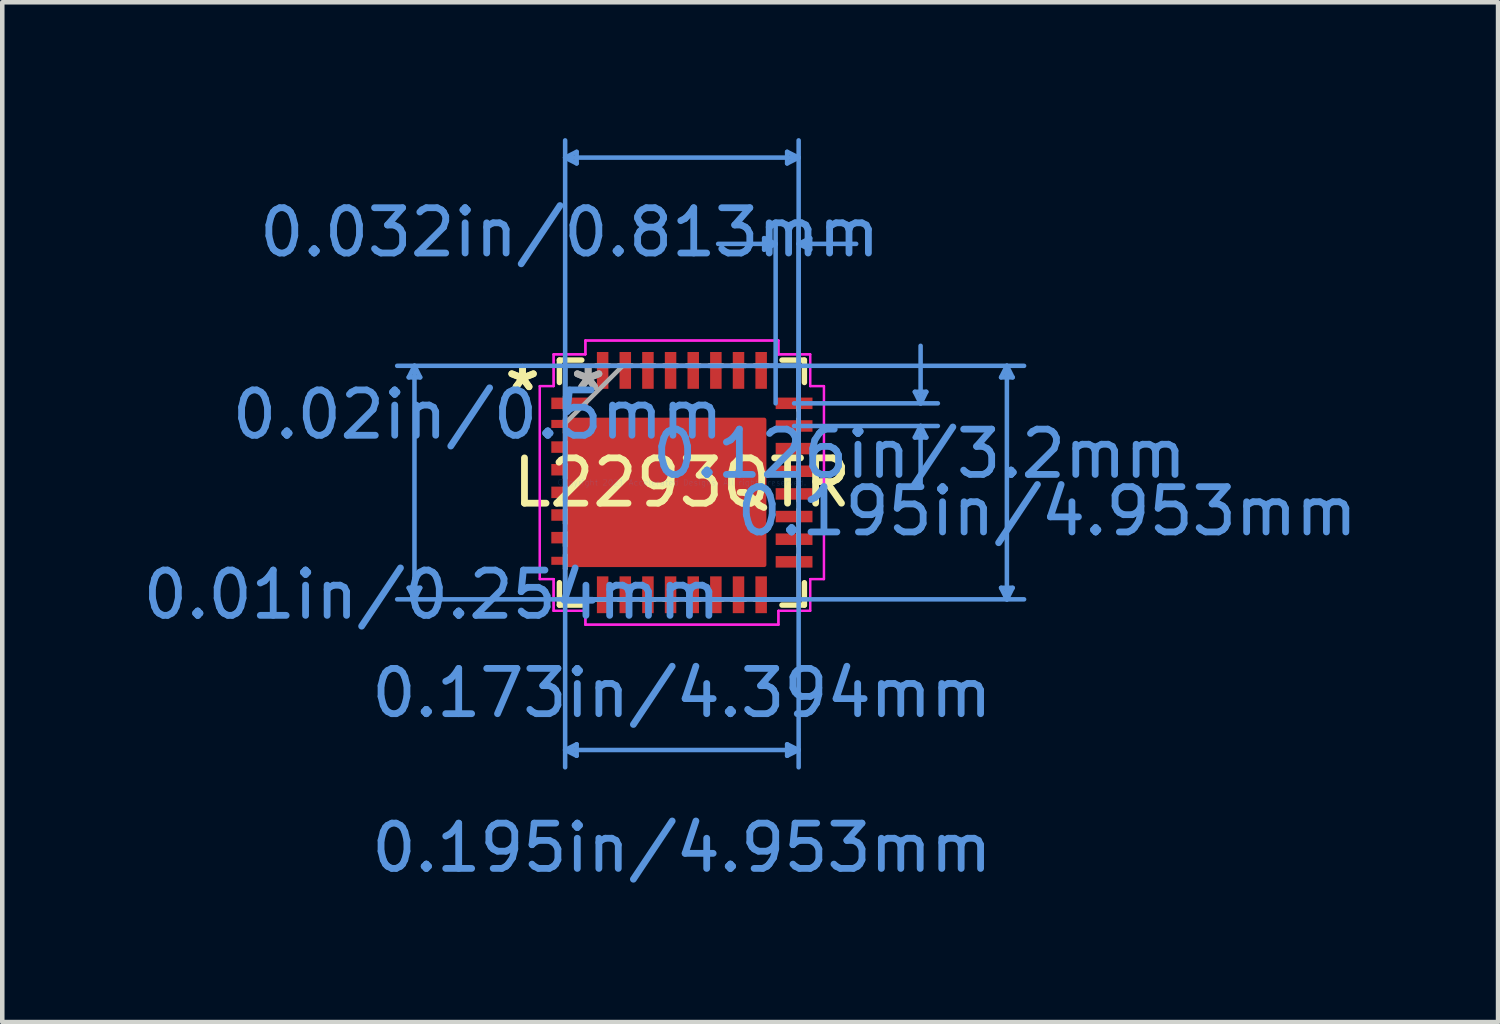
<source format=kicad_pcb>
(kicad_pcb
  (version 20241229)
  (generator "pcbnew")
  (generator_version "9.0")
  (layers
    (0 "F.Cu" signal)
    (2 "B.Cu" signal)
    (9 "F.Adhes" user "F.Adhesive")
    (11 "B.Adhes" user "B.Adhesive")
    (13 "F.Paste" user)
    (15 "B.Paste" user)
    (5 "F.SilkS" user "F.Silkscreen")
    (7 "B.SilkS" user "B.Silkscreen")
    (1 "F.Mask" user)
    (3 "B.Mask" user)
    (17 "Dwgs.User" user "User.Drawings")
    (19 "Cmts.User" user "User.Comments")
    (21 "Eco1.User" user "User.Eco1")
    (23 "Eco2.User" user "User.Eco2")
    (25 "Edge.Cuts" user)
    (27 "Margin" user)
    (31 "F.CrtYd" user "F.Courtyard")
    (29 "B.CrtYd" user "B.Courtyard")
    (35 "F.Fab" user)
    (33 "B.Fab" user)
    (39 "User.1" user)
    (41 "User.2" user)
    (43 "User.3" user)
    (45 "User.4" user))
  (footprint "L2293QTR"
    (layer "F.Cu")
    (at 12.007 7.606)
    (property "Reference" "L2293QTR" (at 0 0 0) (layer "F.SilkS") (effects (font (size 1 1) (thickness 0.15))))
    (attr through_hole)
    (fp_poly (pts (xy 1.816 -1.384) (xy 1.816 1.816) (xy -2.578 1.816) (xy -2.578 -1.384)) (stroke (width 0.1) (type solid)) (fill yes) (layer "F.Cu"))
    (fp_poly (pts (xy 1.816 -1.384) (xy 1.816 1.816) (xy -2.578 1.816) (xy -2.578 -1.384)) (stroke (width 0.1) (type solid)) (fill yes) (layer "F.Mask"))
    (fp_line (start -2.705 -2.705) (end -2.705 -2.21) (stroke (width 0.12) (type solid)) (layer "F.SilkS"))
    (fp_line (start -2.705 2.21) (end -2.705 2.705) (stroke (width 0.12) (type solid)) (layer "F.SilkS"))
    (fp_line (start -2.705 2.705) (end -2.21 2.705) (stroke (width 0.12) (type solid)) (layer "F.SilkS"))
    (fp_line (start -2.21 -2.705) (end -2.705 -2.705) (stroke (width 0.12) (type solid)) (layer "F.SilkS"))
    (fp_line (start 2.21 2.705) (end 2.705 2.705) (stroke (width 0.12) (type solid)) (layer "F.SilkS"))
    (fp_line (start 2.705 -2.705) (end 2.21 -2.705) (stroke (width 0.12) (type solid)) (layer "F.SilkS"))
    (fp_line (start 2.705 -2.21) (end 2.705 -2.705) (stroke (width 0.12) (type solid)) (layer "F.SilkS"))
    (fp_line (start 2.705 2.705) (end 2.705 2.21) (stroke (width 0.12) (type solid)) (layer "F.SilkS"))
    (fp_poly (pts (xy 1.816 -1.384) (xy 1.816 1.816) (xy -2.578 1.816) (xy -2.578 -1.384)) (stroke (width 0.1) (type solid)) (fill yes) (layer "F.Paste"))
    (fp_line (start -6.032 -2.324) (end -5.779 -2.324) (stroke (width 0.1) (type solid)) (layer "Cmts.User"))
    (fp_line (start -6.032 2.324) (end -5.779 2.324) (stroke (width 0.1) (type solid)) (layer "Cmts.User"))
    (fp_line (start -5.905 -2.578) (end -6.032 -2.324) (stroke (width 0.1) (type solid)) (layer "Cmts.User"))
    (fp_line (start -5.905 -2.578) (end -5.905 2.578) (stroke (width 0.1) (type solid)) (layer "Cmts.User"))
    (fp_line (start -5.905 -2.578) (end -5.779 -2.324) (stroke (width 0.1) (type solid)) (layer "Cmts.User"))
    (fp_line (start -5.905 2.578) (end -6.032 2.324) (stroke (width 0.1) (type solid)) (layer "Cmts.User"))
    (fp_line (start -5.905 2.578) (end -5.779 2.324) (stroke (width 0.1) (type solid)) (layer "Cmts.User"))
    (fp_line (start -2.578 -7.176) (end -2.324 -7.303) (stroke (width 0.1) (type solid)) (layer "Cmts.User"))
    (fp_line (start -2.578 -7.176) (end -2.324 -7.048) (stroke (width 0.1) (type solid)) (layer "Cmts.User"))
    (fp_line (start -2.578 -7.176) (end 2.578 -7.176) (stroke (width 0.1) (type solid)) (layer "Cmts.User"))
    (fp_line (start -2.578 -2.578) (end -2.578 6.287) (stroke (width 0.1) (type solid)) (layer "Cmts.User"))
    (fp_line (start -2.578 -1.75) (end -2.578 -7.556) (stroke (width 0.1) (type solid)) (layer "Cmts.User"))
    (fp_line (start -2.578 5.905) (end -2.324 5.779) (stroke (width 0.1) (type solid)) (layer "Cmts.User"))
    (fp_line (start -2.578 5.905) (end -2.324 6.032) (stroke (width 0.1) (type solid)) (layer "Cmts.User"))
    (fp_line (start -2.578 5.905) (end 2.578 5.905) (stroke (width 0.1) (type solid)) (layer "Cmts.User"))
    (fp_line (start -2.324 -7.303) (end -2.324 -7.048) (stroke (width 0.1) (type solid)) (layer "Cmts.User"))
    (fp_line (start -2.324 5.779) (end -2.324 6.032) (stroke (width 0.1) (type solid)) (layer "Cmts.User"))
    (fp_line (start 1.75 -2.578) (end 7.556 -2.578) (stroke (width 0.1) (type solid)) (layer "Cmts.User"))
    (fp_line (start 1.75 2.578) (end 7.556 2.578) (stroke (width 0.1) (type solid)) (layer "Cmts.User"))
    (fp_line (start 1.816 -5.397) (end 1.816 -5.144) (stroke (width 0.1) (type solid)) (layer "Cmts.User"))
    (fp_line (start 2.07 -5.271) (end 0.8 -5.271) (stroke (width 0.1) (type solid)) (layer "Cmts.User"))
    (fp_line (start 2.07 -5.271) (end 1.816 -5.397) (stroke (width 0.1) (type solid)) (layer "Cmts.User"))
    (fp_line (start 2.07 -5.271) (end 1.816 -5.144) (stroke (width 0.1) (type solid)) (layer "Cmts.User"))
    (fp_line (start 2.07 -1.75) (end 2.07 -5.652) (stroke (width 0.1) (type solid)) (layer "Cmts.User"))
    (fp_line (start 2.324 -7.303) (end 2.324 -7.048) (stroke (width 0.1) (type solid)) (layer "Cmts.User"))
    (fp_line (start 2.324 5.779) (end 2.324 6.032) (stroke (width 0.1) (type solid)) (layer "Cmts.User"))
    (fp_line (start 2.477 -1.75) (end 5.652 -1.75) (stroke (width 0.1) (type solid)) (layer "Cmts.User"))
    (fp_line (start 2.477 -1.25) (end 5.652 -1.25) (stroke (width 0.1) (type solid)) (layer "Cmts.User"))
    (fp_line (start 2.578 -7.176) (end 2.324 -7.303) (stroke (width 0.1) (type solid)) (layer "Cmts.User"))
    (fp_line (start 2.578 -7.176) (end 2.324 -7.048) (stroke (width 0.1) (type solid)) (layer "Cmts.User"))
    (fp_line (start 2.578 -5.271) (end 2.832 -5.397) (stroke (width 0.1) (type solid)) (layer "Cmts.User"))
    (fp_line (start 2.578 -5.271) (end 2.832 -5.144) (stroke (width 0.1) (type solid)) (layer "Cmts.User"))
    (fp_line (start 2.578 -5.271) (end 3.848 -5.271) (stroke (width 0.1) (type solid)) (layer "Cmts.User"))
    (fp_line (start 2.578 -2.578) (end -6.287 -2.578) (stroke (width 0.1) (type solid)) (layer "Cmts.User"))
    (fp_line (start 2.578 -2.578) (end 2.578 6.287) (stroke (width 0.1) (type solid)) (layer "Cmts.User"))
    (fp_line (start 2.578 -1.75) (end 2.578 -7.556) (stroke (width 0.1) (type solid)) (layer "Cmts.User"))
    (fp_line (start 2.578 -1.75) (end 2.578 -5.652) (stroke (width 0.1) (type solid)) (layer "Cmts.User"))
    (fp_line (start 2.578 2.578) (end -6.287 2.578) (stroke (width 0.1) (type solid)) (layer "Cmts.User"))
    (fp_line (start 2.578 5.905) (end 2.324 5.779) (stroke (width 0.1) (type solid)) (layer "Cmts.User"))
    (fp_line (start 2.578 5.905) (end 2.324 6.032) (stroke (width 0.1) (type solid)) (layer "Cmts.User"))
    (fp_line (start 2.832 -5.397) (end 2.832 -5.144) (stroke (width 0.1) (type solid)) (layer "Cmts.User"))
    (fp_line (start 5.144 -2.004) (end 5.397 -2.004) (stroke (width 0.1) (type solid)) (layer "Cmts.User"))
    (fp_line (start 5.144 -0.996) (end 5.397 -0.996) (stroke (width 0.1) (type solid)) (layer "Cmts.User"))
    (fp_line (start 5.271 -1.75) (end 5.144 -2.004) (stroke (width 0.1) (type solid)) (layer "Cmts.User"))
    (fp_line (start 5.271 -1.75) (end 5.271 -3.02) (stroke (width 0.1) (type solid)) (layer "Cmts.User"))
    (fp_line (start 5.271 -1.75) (end 5.397 -2.004) (stroke (width 0.1) (type solid)) (layer "Cmts.User"))
    (fp_line (start 5.271 -1.25) (end 5.144 -0.996) (stroke (width 0.1) (type solid)) (layer "Cmts.User"))
    (fp_line (start 5.271 -1.25) (end 5.271 0.02) (stroke (width 0.1) (type solid)) (layer "Cmts.User"))
    (fp_line (start 5.271 -1.25) (end 5.397 -0.996) (stroke (width 0.1) (type solid)) (layer "Cmts.User"))
    (fp_line (start 7.048 -2.324) (end 7.303 -2.324) (stroke (width 0.1) (type solid)) (layer "Cmts.User"))
    (fp_line (start 7.048 2.324) (end 7.303 2.324) (stroke (width 0.1) (type solid)) (layer "Cmts.User"))
    (fp_line (start 7.176 -2.578) (end 7.048 -2.324) (stroke (width 0.1) (type solid)) (layer "Cmts.User"))
    (fp_line (start 7.176 -2.578) (end 7.176 2.578) (stroke (width 0.1) (type solid)) (layer "Cmts.User"))
    (fp_line (start 7.176 -2.578) (end 7.303 -2.324) (stroke (width 0.1) (type solid)) (layer "Cmts.User"))
    (fp_line (start 7.176 2.578) (end 7.048 2.324) (stroke (width 0.1) (type solid)) (layer "Cmts.User"))
    (fp_line (start 7.176 2.578) (end 7.303 2.324) (stroke (width 0.1) (type solid)) (layer "Cmts.User"))
    (fp_line (start -3.137 -2.131) (end -2.832 -2.131) (stroke (width 0.05) (type solid)) (layer "F.CrtYd"))
    (fp_line (start -3.137 -2.131) (end -2.832 -2.131) (stroke (width 0.05) (type solid)) (layer "F.CrtYd"))
    (fp_line (start -3.137 2.131) (end -3.137 -2.131) (stroke (width 0.05) (type solid)) (layer "F.CrtYd"))
    (fp_line (start -3.137 2.131) (end -3.137 -2.131) (stroke (width 0.05) (type solid)) (layer "F.CrtYd"))
    (fp_line (start -2.832 -2.832) (end -2.131 -2.832) (stroke (width 0.05) (type solid)) (layer "F.CrtYd"))
    (fp_line (start -2.832 -2.832) (end -2.131 -2.832) (stroke (width 0.05) (type solid)) (layer "F.CrtYd"))
    (fp_line (start -2.832 -2.131) (end -2.832 -2.832) (stroke (width 0.05) (type solid)) (layer "F.CrtYd"))
    (fp_line (start -2.832 -2.131) (end -2.832 -2.832) (stroke (width 0.05) (type solid)) (layer "F.CrtYd"))
    (fp_line (start -2.832 2.131) (end -3.137 2.131) (stroke (width 0.05) (type solid)) (layer "F.CrtYd"))
    (fp_line (start -2.832 2.131) (end -3.137 2.131) (stroke (width 0.05) (type solid)) (layer "F.CrtYd"))
    (fp_line (start -2.832 2.832) (end -2.832 2.131) (stroke (width 0.05) (type solid)) (layer "F.CrtYd"))
    (fp_line (start -2.832 2.832) (end -2.832 2.131) (stroke (width 0.05) (type solid)) (layer "F.CrtYd"))
    (fp_line (start -2.131 -3.137) (end 2.131 -3.137) (stroke (width 0.05) (type solid)) (layer "F.CrtYd"))
    (fp_line (start -2.131 -3.137) (end 2.131 -3.137) (stroke (width 0.05) (type solid)) (layer "F.CrtYd"))
    (fp_line (start -2.131 -2.832) (end -2.131 -3.137) (stroke (width 0.05) (type solid)) (layer "F.CrtYd"))
    (fp_line (start -2.131 -2.832) (end -2.131 -3.137) (stroke (width 0.05) (type solid)) (layer "F.CrtYd"))
    (fp_line (start -2.131 2.832) (end -2.832 2.832) (stroke (width 0.05) (type solid)) (layer "F.CrtYd"))
    (fp_line (start -2.131 2.832) (end -2.832 2.832) (stroke (width 0.05) (type solid)) (layer "F.CrtYd"))
    (fp_line (start -2.131 3.137) (end -2.131 2.832) (stroke (width 0.05) (type solid)) (layer "F.CrtYd"))
    (fp_line (start -2.131 3.137) (end -2.131 2.832) (stroke (width 0.05) (type solid)) (layer "F.CrtYd"))
    (fp_line (start 2.131 -3.137) (end 2.131 -2.832) (stroke (width 0.05) (type solid)) (layer "F.CrtYd"))
    (fp_line (start 2.131 -3.137) (end 2.131 -2.832) (stroke (width 0.05) (type solid)) (layer "F.CrtYd"))
    (fp_line (start 2.131 -2.832) (end 2.832 -2.832) (stroke (width 0.05) (type solid)) (layer "F.CrtYd"))
    (fp_line (start 2.131 -2.832) (end 2.832 -2.832) (stroke (width 0.05) (type solid)) (layer "F.CrtYd"))
    (fp_line (start 2.131 2.832) (end 2.131 3.137) (stroke (width 0.05) (type solid)) (layer "F.CrtYd"))
    (fp_line (start 2.131 2.832) (end 2.131 3.137) (stroke (width 0.05) (type solid)) (layer "F.CrtYd"))
    (fp_line (start 2.131 3.137) (end -2.131 3.137) (stroke (width 0.05) (type solid)) (layer "F.CrtYd"))
    (fp_line (start 2.131 3.137) (end -2.131 3.137) (stroke (width 0.05) (type solid)) (layer "F.CrtYd"))
    (fp_line (start 2.832 -2.832) (end 2.832 -2.131) (stroke (width 0.05) (type solid)) (layer "F.CrtYd"))
    (fp_line (start 2.832 -2.832) (end 2.832 -2.131) (stroke (width 0.05) (type solid)) (layer "F.CrtYd"))
    (fp_line (start 2.832 -2.131) (end 3.137 -2.131) (stroke (width 0.05) (type solid)) (layer "F.CrtYd"))
    (fp_line (start 2.832 -2.131) (end 3.137 -2.131) (stroke (width 0.05) (type solid)) (layer "F.CrtYd"))
    (fp_line (start 2.832 2.131) (end 2.832 2.832) (stroke (width 0.05) (type solid)) (layer "F.CrtYd"))
    (fp_line (start 2.832 2.131) (end 2.832 2.832) (stroke (width 0.05) (type solid)) (layer "F.CrtYd"))
    (fp_line (start 2.832 2.832) (end 2.131 2.832) (stroke (width 0.05) (type solid)) (layer "F.CrtYd"))
    (fp_line (start 2.832 2.832) (end 2.131 2.832) (stroke (width 0.05) (type solid)) (layer "F.CrtYd"))
    (fp_line (start 3.137 -2.131) (end 3.137 2.131) (stroke (width 0.05) (type solid)) (layer "F.CrtYd"))
    (fp_line (start 3.137 -2.131) (end 3.137 2.131) (stroke (width 0.05) (type solid)) (layer "F.CrtYd"))
    (fp_line (start 3.137 2.131) (end 2.832 2.131) (stroke (width 0.05) (type solid)) (layer "F.CrtYd"))
    (fp_line (start 3.137 2.131) (end 2.832 2.131) (stroke (width 0.05) (type solid)) (layer "F.CrtYd"))
    (fp_line (start -2.578 -2.578) (end -2.578 -2.578) (stroke (width 0.1) (type solid)) (layer "F.Fab"))
    (fp_line (start -2.578 -2.578) (end -2.578 2.578) (stroke (width 0.1) (type solid)) (layer "F.Fab"))
    (fp_line (start -2.578 -1.902) (end -2.578 -1.902) (stroke (width 0.1) (type solid)) (layer "F.Fab"))
    (fp_line (start -2.578 -1.902) (end -2.578 -1.598) (stroke (width 0.1) (type solid)) (layer "F.Fab"))
    (fp_line (start -2.578 -1.598) (end -2.578 -1.902) (stroke (width 0.1) (type solid)) (layer "F.Fab"))
    (fp_line (start -2.578 -1.598) (end -2.578 -1.598) (stroke (width 0.1) (type solid)) (layer "F.Fab"))
    (fp_line (start -2.578 -1.402) (end -2.578 -1.402) (stroke (width 0.1) (type solid)) (layer "F.Fab"))
    (fp_line (start -2.578 -1.402) (end -2.578 -1.098) (stroke (width 0.1) (type solid)) (layer "F.Fab"))
    (fp_line (start -2.578 -1.308) (end -1.308 -2.578) (stroke (width 0.1) (type solid)) (layer "F.Fab"))
    (fp_line (start -2.578 -1.098) (end -2.578 -1.402) (stroke (width 0.1) (type solid)) (layer "F.Fab"))
    (fp_line (start -2.578 -1.098) (end -2.578 -1.098) (stroke (width 0.1) (type solid)) (layer "F.Fab"))
    (fp_line (start -2.578 -0.902) (end -2.578 -0.902) (stroke (width 0.1) (type solid)) (layer "F.Fab"))
    (fp_line (start -2.578 -0.902) (end -2.578 -0.598) (stroke (width 0.1) (type solid)) (layer "F.Fab"))
    (fp_line (start -2.578 -0.598) (end -2.578 -0.902) (stroke (width 0.1) (type solid)) (layer "F.Fab"))
    (fp_line (start -2.578 -0.598) (end -2.578 -0.598) (stroke (width 0.1) (type solid)) (layer "F.Fab"))
    (fp_line (start -2.578 -0.402) (end -2.578 -0.402) (stroke (width 0.1) (type solid)) (layer "F.Fab"))
    (fp_line (start -2.578 -0.402) (end -2.578 -0.098) (stroke (width 0.1) (type solid)) (layer "F.Fab"))
    (fp_line (start -2.578 -0.098) (end -2.578 -0.402) (stroke (width 0.1) (type solid)) (layer "F.Fab"))
    (fp_line (start -2.578 -0.098) (end -2.578 -0.098) (stroke (width 0.1) (type solid)) (layer "F.Fab"))
    (fp_line (start -2.578 0.098) (end -2.578 0.098) (stroke (width 0.1) (type solid)) (layer "F.Fab"))
    (fp_line (start -2.578 0.098) (end -2.578 0.402) (stroke (width 0.1) (type solid)) (layer "F.Fab"))
    (fp_line (start -2.578 0.402) (end -2.578 0.098) (stroke (width 0.1) (type solid)) (layer "F.Fab"))
    (fp_line (start -2.578 0.402) (end -2.578 0.402) (stroke (width 0.1) (type solid)) (layer "F.Fab"))
    (fp_line (start -2.578 0.598) (end -2.578 0.598) (stroke (width 0.1) (type solid)) (layer "F.Fab"))
    (fp_line (start -2.578 0.598) (end -2.578 0.902) (stroke (width 0.1) (type solid)) (layer "F.Fab"))
    (fp_line (start -2.578 0.902) (end -2.578 0.598) (stroke (width 0.1) (type solid)) (layer "F.Fab"))
    (fp_line (start -2.578 0.902) (end -2.578 0.902) (stroke (width 0.1) (type solid)) (layer "F.Fab"))
    (fp_line (start -2.578 1.098) (end -2.578 1.098) (stroke (width 0.1) (type solid)) (layer "F.Fab"))
    (fp_line (start -2.578 1.098) (end -2.578 1.402) (stroke (width 0.1) (type solid)) (layer "F.Fab"))
    (fp_line (start -2.578 1.402) (end -2.578 1.098) (stroke (width 0.1) (type solid)) (layer "F.Fab"))
    (fp_line (start -2.578 1.402) (end -2.578 1.402) (stroke (width 0.1) (type solid)) (layer "F.Fab"))
    (fp_line (start -2.578 1.598) (end -2.578 1.598) (stroke (width 0.1) (type solid)) (layer "F.Fab"))
    (fp_line (start -2.578 1.598) (end -2.578 1.902) (stroke (width 0.1) (type solid)) (layer "F.Fab"))
    (fp_line (start -2.578 1.902) (end -2.578 1.598) (stroke (width 0.1) (type solid)) (layer "F.Fab"))
    (fp_line (start -2.578 1.902) (end -2.578 1.902) (stroke (width 0.1) (type solid)) (layer "F.Fab"))
    (fp_line (start -2.578 2.578) (end -2.578 2.578) (stroke (width 0.1) (type solid)) (layer "F.Fab"))
    (fp_line (start -2.578 2.578) (end 2.578 2.578) (stroke (width 0.1) (type solid)) (layer "F.Fab"))
    (fp_line (start -1.902 -2.578) (end -1.902 -2.578) (stroke (width 0.1) (type solid)) (layer "F.Fab"))
    (fp_line (start -1.902 -2.578) (end -1.598 -2.578) (stroke (width 0.1) (type solid)) (layer "F.Fab"))
    (fp_line (start -1.902 2.578) (end -1.902 2.578) (stroke (width 0.1) (type solid)) (layer "F.Fab"))
    (fp_line (start -1.902 2.578) (end -1.598 2.578) (stroke (width 0.1) (type solid)) (layer "F.Fab"))
    (fp_line (start -1.598 -2.578) (end -1.902 -2.578) (stroke (width 0.1) (type solid)) (layer "F.Fab"))
    (fp_line (start -1.598 -2.578) (end -1.598 -2.578) (stroke (width 0.1) (type solid)) (layer "F.Fab"))
    (fp_line (start -1.598 2.578) (end -1.902 2.578) (stroke (width 0.1) (type solid)) (layer "F.Fab"))
    (fp_line (start -1.598 2.578) (end -1.598 2.578) (stroke (width 0.1) (type solid)) (layer "F.Fab"))
    (fp_line (start -1.402 -2.578) (end -1.402 -2.578) (stroke (width 0.1) (type solid)) (layer "F.Fab"))
    (fp_line (start -1.402 -2.578) (end -1.098 -2.578) (stroke (width 0.1) (type solid)) (layer "F.Fab"))
    (fp_line (start -1.402 2.578) (end -1.402 2.578) (stroke (width 0.1) (type solid)) (layer "F.Fab"))
    (fp_line (start -1.402 2.578) (end -1.098 2.578) (stroke (width 0.1) (type solid)) (layer "F.Fab"))
    (fp_line (start -1.098 -2.578) (end -1.402 -2.578) (stroke (width 0.1) (type solid)) (layer "F.Fab"))
    (fp_line (start -1.098 -2.578) (end -1.098 -2.578) (stroke (width 0.1) (type solid)) (layer "F.Fab"))
    (fp_line (start -1.098 2.578) (end -1.402 2.578) (stroke (width 0.1) (type solid)) (layer "F.Fab"))
    (fp_line (start -1.098 2.578) (end -1.098 2.578) (stroke (width 0.1) (type solid)) (layer "F.Fab"))
    (fp_line (start -0.902 -2.578) (end -0.902 -2.578) (stroke (width 0.1) (type solid)) (layer "F.Fab"))
    (fp_line (start -0.902 -2.578) (end -0.598 -2.578) (stroke (width 0.1) (type solid)) (layer "F.Fab"))
    (fp_line (start -0.902 2.578) (end -0.902 2.578) (stroke (width 0.1) (type solid)) (layer "F.Fab"))
    (fp_line (start -0.902 2.578) (end -0.598 2.578) (stroke (width 0.1) (type solid)) (layer "F.Fab"))
    (fp_line (start -0.598 -2.578) (end -0.902 -2.578) (stroke (width 0.1) (type solid)) (layer "F.Fab"))
    (fp_line (start -0.598 -2.578) (end -0.598 -2.578) (stroke (width 0.1) (type solid)) (layer "F.Fab"))
    (fp_line (start -0.598 2.578) (end -0.902 2.578) (stroke (width 0.1) (type solid)) (layer "F.Fab"))
    (fp_line (start -0.598 2.578) (end -0.598 2.578) (stroke (width 0.1) (type solid)) (layer "F.Fab"))
    (fp_line (start -0.402 -2.578) (end -0.402 -2.578) (stroke (width 0.1) (type solid)) (layer "F.Fab"))
    (fp_line (start -0.402 -2.578) (end -0.098 -2.578) (stroke (width 0.1) (type solid)) (layer "F.Fab"))
    (fp_line (start -0.402 2.578) (end -0.402 2.578) (stroke (width 0.1) (type solid)) (layer "F.Fab"))
    (fp_line (start -0.402 2.578) (end -0.098 2.578) (stroke (width 0.1) (type solid)) (layer "F.Fab"))
    (fp_line (start -0.098 -2.578) (end -0.402 -2.578) (stroke (width 0.1) (type solid)) (layer "F.Fab"))
    (fp_line (start -0.098 -2.578) (end -0.098 -2.578) (stroke (width 0.1) (type solid)) (layer "F.Fab"))
    (fp_line (start -0.098 2.578) (end -0.402 2.578) (stroke (width 0.1) (type solid)) (layer "F.Fab"))
    (fp_line (start -0.098 2.578) (end -0.098 2.578) (stroke (width 0.1) (type solid)) (layer "F.Fab"))
    (fp_line (start 0.098 -2.578) (end 0.098 -2.578) (stroke (width 0.1) (type solid)) (layer "F.Fab"))
    (fp_line (start 0.098 -2.578) (end 0.402 -2.578) (stroke (width 0.1) (type solid)) (layer "F.Fab"))
    (fp_line (start 0.098 2.578) (end 0.098 2.578) (stroke (width 0.1) (type solid)) (layer "F.Fab"))
    (fp_line (start 0.098 2.578) (end 0.402 2.578) (stroke (width 0.1) (type solid)) (layer "F.Fab"))
    (fp_line (start 0.402 -2.578) (end 0.098 -2.578) (stroke (width 0.1) (type solid)) (layer "F.Fab"))
    (fp_line (start 0.402 -2.578) (end 0.402 -2.578) (stroke (width 0.1) (type solid)) (layer "F.Fab"))
    (fp_line (start 0.402 2.578) (end 0.098 2.578) (stroke (width 0.1) (type solid)) (layer "F.Fab"))
    (fp_line (start 0.402 2.578) (end 0.402 2.578) (stroke (width 0.1) (type solid)) (layer "F.Fab"))
    (fp_line (start 0.598 -2.578) (end 0.598 -2.578) (stroke (width 0.1) (type solid)) (layer "F.Fab"))
    (fp_line (start 0.598 -2.578) (end 0.902 -2.578) (stroke (width 0.1) (type solid)) (layer "F.Fab"))
    (fp_line (start 0.598 2.578) (end 0.598 2.578) (stroke (width 0.1) (type solid)) (layer "F.Fab"))
    (fp_line (start 0.598 2.578) (end 0.902 2.578) (stroke (width 0.1) (type solid)) (layer "F.Fab"))
    (fp_line (start 0.902 -2.578) (end 0.598 -2.578) (stroke (width 0.1) (type solid)) (layer "F.Fab"))
    (fp_line (start 0.902 -2.578) (end 0.902 -2.578) (stroke (width 0.1) (type solid)) (layer "F.Fab"))
    (fp_line (start 0.902 2.578) (end 0.598 2.578) (stroke (width 0.1) (type solid)) (layer "F.Fab"))
    (fp_line (start 0.902 2.578) (end 0.902 2.578) (stroke (width 0.1) (type solid)) (layer "F.Fab"))
    (fp_line (start 1.098 -2.578) (end 1.098 -2.578) (stroke (width 0.1) (type solid)) (layer "F.Fab"))
    (fp_line (start 1.098 -2.578) (end 1.402 -2.578) (stroke (width 0.1) (type solid)) (layer "F.Fab"))
    (fp_line (start 1.098 2.578) (end 1.098 2.578) (stroke (width 0.1) (type solid)) (layer "F.Fab"))
    (fp_line (start 1.098 2.578) (end 1.402 2.578) (stroke (width 0.1) (type solid)) (layer "F.Fab"))
    (fp_line (start 1.402 -2.578) (end 1.098 -2.578) (stroke (width 0.1) (type solid)) (layer "F.Fab"))
    (fp_line (start 1.402 -2.578) (end 1.402 -2.578) (stroke (width 0.1) (type solid)) (layer "F.Fab"))
    (fp_line (start 1.402 2.578) (end 1.098 2.578) (stroke (width 0.1) (type solid)) (layer "F.Fab"))
    (fp_line (start 1.402 2.578) (end 1.402 2.578) (stroke (width 0.1) (type solid)) (layer "F.Fab"))
    (fp_line (start 1.598 -2.578) (end 1.598 -2.578) (stroke (width 0.1) (type solid)) (layer "F.Fab"))
    (fp_line (start 1.598 -2.578) (end 1.902 -2.578) (stroke (width 0.1) (type solid)) (layer "F.Fab"))
    (fp_line (start 1.598 2.578) (end 1.598 2.578) (stroke (width 0.1) (type solid)) (layer "F.Fab"))
    (fp_line (start 1.598 2.578) (end 1.902 2.578) (stroke (width 0.1) (type solid)) (layer "F.Fab"))
    (fp_line (start 1.902 -2.578) (end 1.598 -2.578) (stroke (width 0.1) (type solid)) (layer "F.Fab"))
    (fp_line (start 1.902 -2.578) (end 1.902 -2.578) (stroke (width 0.1) (type solid)) (layer "F.Fab"))
    (fp_line (start 1.902 2.578) (end 1.598 2.578) (stroke (width 0.1) (type solid)) (layer "F.Fab"))
    (fp_line (start 1.902 2.578) (end 1.902 2.578) (stroke (width 0.1) (type solid)) (layer "F.Fab"))
    (fp_line (start 2.578 -2.578) (end -2.578 -2.578) (stroke (width 0.1) (type solid)) (layer "F.Fab"))
    (fp_line (start 2.578 -2.578) (end 2.578 -2.578) (stroke (width 0.1) (type solid)) (layer "F.Fab"))
    (fp_line (start 2.578 -1.902) (end 2.578 -1.902) (stroke (width 0.1) (type solid)) (layer "F.Fab"))
    (fp_line (start 2.578 -1.902) (end 2.578 -1.598) (stroke (width 0.1) (type solid)) (layer "F.Fab"))
    (fp_line (start 2.578 -1.598) (end 2.578 -1.902) (stroke (width 0.1) (type solid)) (layer "F.Fab"))
    (fp_line (start 2.578 -1.598) (end 2.578 -1.598) (stroke (width 0.1) (type solid)) (layer "F.Fab"))
    (fp_line (start 2.578 -1.402) (end 2.578 -1.402) (stroke (width 0.1) (type solid)) (layer "F.Fab"))
    (fp_line (start 2.578 -1.402) (end 2.578 -1.098) (stroke (width 0.1) (type solid)) (layer "F.Fab"))
    (fp_line (start 2.578 -1.098) (end 2.578 -1.402) (stroke (width 0.1) (type solid)) (layer "F.Fab"))
    (fp_line (start 2.578 -1.098) (end 2.578 -1.098) (stroke (width 0.1) (type solid)) (layer "F.Fab"))
    (fp_line (start 2.578 -0.902) (end 2.578 -0.902) (stroke (width 0.1) (type solid)) (layer "F.Fab"))
    (fp_line (start 2.578 -0.902) (end 2.578 -0.598) (stroke (width 0.1) (type solid)) (layer "F.Fab"))
    (fp_line (start 2.578 -0.598) (end 2.578 -0.902) (stroke (width 0.1) (type solid)) (layer "F.Fab"))
    (fp_line (start 2.578 -0.598) (end 2.578 -0.598) (stroke (width 0.1) (type solid)) (layer "F.Fab"))
    (fp_line (start 2.578 -0.402) (end 2.578 -0.402) (stroke (width 0.1) (type solid)) (layer "F.Fab"))
    (fp_line (start 2.578 -0.402) (end 2.578 -0.098) (stroke (width 0.1) (type solid)) (layer "F.Fab"))
    (fp_line (start 2.578 -0.098) (end 2.578 -0.402) (stroke (width 0.1) (type solid)) (layer "F.Fab"))
    (fp_line (start 2.578 -0.098) (end 2.578 -0.098) (stroke (width 0.1) (type solid)) (layer "F.Fab"))
    (fp_line (start 2.578 0.098) (end 2.578 0.098) (stroke (width 0.1) (type solid)) (layer "F.Fab"))
    (fp_line (start 2.578 0.098) (end 2.578 0.402) (stroke (width 0.1) (type solid)) (layer "F.Fab"))
    (fp_line (start 2.578 0.402) (end 2.578 0.098) (stroke (width 0.1) (type solid)) (layer "F.Fab"))
    (fp_line (start 2.578 0.402) (end 2.578 0.402) (stroke (width 0.1) (type solid)) (layer "F.Fab"))
    (fp_line (start 2.578 0.598) (end 2.578 0.598) (stroke (width 0.1) (type solid)) (layer "F.Fab"))
    (fp_line (start 2.578 0.598) (end 2.578 0.902) (stroke (width 0.1) (type solid)) (layer "F.Fab"))
    (fp_line (start 2.578 0.902) (end 2.578 0.598) (stroke (width 0.1) (type solid)) (layer "F.Fab"))
    (fp_line (start 2.578 0.902) (end 2.578 0.902) (stroke (width 0.1) (type solid)) (layer "F.Fab"))
    (fp_line (start 2.578 1.098) (end 2.578 1.098) (stroke (width 0.1) (type solid)) (layer "F.Fab"))
    (fp_line (start 2.578 1.098) (end 2.578 1.402) (stroke (width 0.1) (type solid)) (layer "F.Fab"))
    (fp_line (start 2.578 1.402) (end 2.578 1.098) (stroke (width 0.1) (type solid)) (layer "F.Fab"))
    (fp_line (start 2.578 1.402) (end 2.578 1.402) (stroke (width 0.1) (type solid)) (layer "F.Fab"))
    (fp_line (start 2.578 1.598) (end 2.578 1.598) (stroke (width 0.1) (type solid)) (layer "F.Fab"))
    (fp_line (start 2.578 1.598) (end 2.578 1.902) (stroke (width 0.1) (type solid)) (layer "F.Fab"))
    (fp_line (start 2.578 1.902) (end 2.578 1.598) (stroke (width 0.1) (type solid)) (layer "F.Fab"))
    (fp_line (start 2.578 1.902) (end 2.578 1.902) (stroke (width 0.1) (type solid)) (layer "F.Fab"))
    (fp_line (start 2.578 2.578) (end 2.578 -2.578) (stroke (width 0.1) (type solid)) (layer "F.Fab"))
    (fp_line (start 2.578 2.578) (end 2.578 2.578) (stroke (width 0.1) (type solid)) (layer "F.Fab"))
    (fp_text user "*" (at -3.518 -2 0) (layer "F.SilkS") (effects (font (size 1 1) (thickness 0.15))))
    (fp_text user "*" (at -3.518 -2 0) (layer "F.SilkS") (effects (font (size 1 1) (thickness 0.15))))
    (fp_text user "0.195in/4.953mm" (at 0 8.065 0) (layer "Cmts.User") (effects (font (size 1 1) (thickness 0.15))))
    (fp_text user "0.032in/0.813mm" (at -2.477 -5.524 0) (layer "Cmts.User") (effects (font (size 1 1) (thickness 0.15))))
    (fp_text user "0.195in/4.953mm" (at 8.065 0.635 0) (layer "Cmts.User") (effects (font (size 1 1) (thickness 0.15))))
    (fp_text user "0.173in/4.394mm" (at 0 4.648 0) (layer "Cmts.User") (effects (font (size 1 1) (thickness 0.15))))
    (fp_text user "Copyright 2021 Accelerated Designs. All rights reserved." (at 0 0 0) (layer "Cmts.User") (effects (font (size 0.127 0.127) (thickness 0.002))))
    (fp_text user "0.126in/3.2mm" (at 5.245 -0.635 0) (layer "Cmts.User") (effects (font (size 1 1) (thickness 0.15))))
    (fp_text user "0.02in/0.5mm" (at -4.508 -1.5 0) (layer "Cmts.User") (effects (font (size 1 1) (thickness 0.15))))
    (fp_text user "0.01in/0.254mm" (at -5.524 2.477 0) (layer "Cmts.User") (effects (font (size 1 1) (thickness 0.15))))
    (fp_text user "*" (at -2.07 -2 0) (layer "F.Fab") (effects (font (size 1 1) (thickness 0.15))))
    (fp_text user "*" (at -2.07 -2 0) (layer "F.Fab") (effects (font (size 1 1) (thickness 0.15))))
    (pad "1" smd rect (at -2.477 -1.75 90) (size 0.254 0.813) (layers "F.Cu" "F.Mask" "F.Paste"))
    (pad "2" smd rect (at -2.477 -1.295 90) (size 0.178 0.813) (layers "F.Cu" "F.Mask" "F.Paste"))
    (pad "3" smd rect (at -2.477 -0.784 90) (size 0.254 0.813) (layers "F.Cu" "F.Mask" "F.Paste"))
    (pad "4" smd rect (at -2.477 -0.284 90) (size 0.254 0.813) (layers "F.Cu" "F.Mask" "F.Paste"))
    (pad "5" smd rect (at -2.477 0.216 90) (size 0.254 0.813) (layers "F.Cu" "F.Mask" "F.Paste"))
    (pad "6" smd rect (at -2.477 0.716 90) (size 0.254 0.813) (layers "F.Cu" "F.Mask" "F.Paste"))
    (pad "7" smd rect (at -2.477 1.216 90) (size 0.254 0.813) (layers "F.Cu" "F.Mask" "F.Paste"))
    (pad "8" smd rect (at -2.477 1.727 90) (size 0.178 0.813) (layers "F.Cu" "F.Mask" "F.Paste"))
    (pad "9" smd rect (at -1.75 2.477) (size 0.254 0.813) (layers "F.Cu" "F.Mask" "F.Paste"))
    (pad "10" smd rect (at -1.25 2.477) (size 0.254 0.813) (layers "F.Cu" "F.Mask" "F.Paste"))
    (pad "11" smd rect (at -0.75 2.477) (size 0.254 0.813) (layers "F.Cu" "F.Mask" "F.Paste"))
    (pad "12" smd rect (at -0.25 2.477) (size 0.254 0.813) (layers "F.Cu" "F.Mask" "F.Paste"))
    (pad "13" smd rect (at 0.25 2.477) (size 0.254 0.813) (layers "F.Cu" "F.Mask" "F.Paste"))
    (pad "14" smd rect (at 0.75 2.477) (size 0.254 0.813) (layers "F.Cu" "F.Mask" "F.Paste"))
    (pad "15" smd rect (at 1.25 2.477) (size 0.254 0.813) (layers "F.Cu" "F.Mask" "F.Paste"))
    (pad "16" smd rect (at 1.75 2.477) (size 0.254 0.813) (layers "F.Cu" "F.Mask" "F.Paste"))
    (pad "17" smd rect (at 2.477 1.75 90) (size 0.254 0.813) (layers "F.Cu" "F.Mask" "F.Paste"))
    (pad "18" smd rect (at 2.477 1.25 90) (size 0.254 0.813) (layers "F.Cu" "F.Mask" "F.Paste"))
    (pad "19" smd rect (at 2.477 0.75 90) (size 0.254 0.813) (layers "F.Cu" "F.Mask" "F.Paste"))
    (pad "20" smd rect (at 2.477 0.25 90) (size 0.254 0.813) (layers "F.Cu" "F.Mask" "F.Paste"))
    (pad "21" smd rect (at 2.477 -0.25 90) (size 0.254 0.813) (layers "F.Cu" "F.Mask" "F.Paste"))
    (pad "22" smd rect (at 2.477 -0.75 90) (size 0.254 0.813) (layers "F.Cu" "F.Mask" "F.Paste"))
    (pad "23" smd rect (at 2.477 -1.25 90) (size 0.254 0.813) (layers "F.Cu" "F.Mask" "F.Paste"))
    (pad "24" smd rect (at 2.477 -1.75 90) (size 0.254 0.813) (layers "F.Cu" "F.Mask" "F.Paste"))
    (pad "25" smd rect (at 1.75 -2.477) (size 0.254 0.813) (layers "F.Cu" "F.Mask" "F.Paste"))
    (pad "26" smd rect (at 1.25 -2.477) (size 0.254 0.813) (layers "F.Cu" "F.Mask" "F.Paste"))
    (pad "27" smd rect (at 0.75 -2.477) (size 0.254 0.813) (layers "F.Cu" "F.Mask" "F.Paste"))
    (pad "28" smd rect (at 0.25 -2.477) (size 0.254 0.813) (layers "F.Cu" "F.Mask" "F.Paste"))
    (pad "29" smd rect (at -0.25 -2.477) (size 0.254 0.813) (layers "F.Cu" "F.Mask" "F.Paste"))
    (pad "30" smd rect (at -0.75 -2.477) (size 0.254 0.813) (layers "F.Cu" "F.Mask" "F.Paste"))
    (pad "31" smd rect (at -1.25 -2.477) (size 0.254 0.813) (layers "F.Cu" "F.Mask" "F.Paste"))
    (pad "32" smd rect (at -1.75 -2.477) (size 0.254 0.813) (layers "F.Cu" "F.Mask" "F.Paste")))
  (gr_rect
    (start -3 -3)
    (end 30.029 19.519)
    (stroke (width 0.1) (type default))
    (fill no)
    (layer "Edge.Cuts")))
</source>
